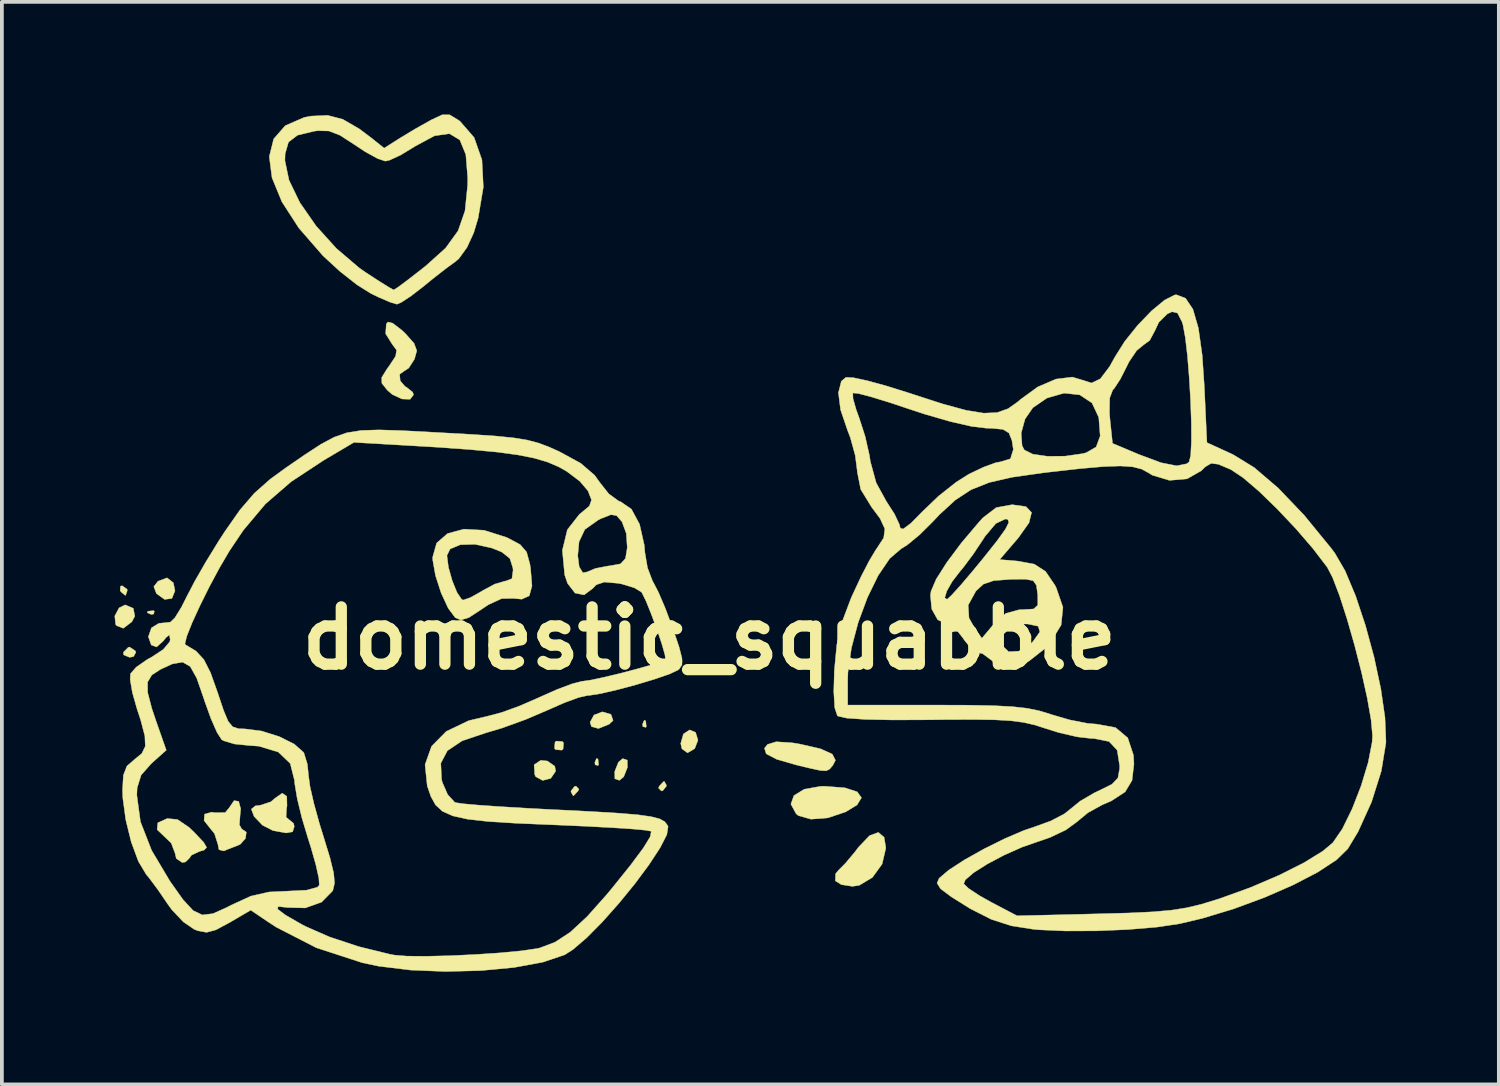
<source format=kicad_pcb>
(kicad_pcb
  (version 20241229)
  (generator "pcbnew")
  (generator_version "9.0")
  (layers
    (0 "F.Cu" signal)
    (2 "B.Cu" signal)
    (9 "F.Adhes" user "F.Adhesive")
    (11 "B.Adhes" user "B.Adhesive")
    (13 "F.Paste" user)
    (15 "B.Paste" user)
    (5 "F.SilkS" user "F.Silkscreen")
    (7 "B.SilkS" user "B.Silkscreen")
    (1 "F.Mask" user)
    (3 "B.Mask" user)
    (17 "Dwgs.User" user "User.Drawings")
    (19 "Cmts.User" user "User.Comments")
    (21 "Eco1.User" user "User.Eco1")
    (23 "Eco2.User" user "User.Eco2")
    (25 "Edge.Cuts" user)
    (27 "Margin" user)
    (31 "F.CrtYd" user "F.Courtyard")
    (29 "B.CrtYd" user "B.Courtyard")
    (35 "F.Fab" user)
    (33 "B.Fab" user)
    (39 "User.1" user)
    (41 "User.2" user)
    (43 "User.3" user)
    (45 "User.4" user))
  (footprint "domestic_squabble"
    (layer "F.Cu")
    (at 15.832 13.94)
    (property "Reference" "domestic_squabble" (at 0 0 0) (layer "F.SilkS") (effects (font (size 1.524 1.524) (thickness 0.3))))
    (attr through_hole)
    (fp_poly (pts (xy -14.774 -0.72) (xy -14.792 -0.644) (xy -14.859 -0.635) (xy -14.964 -0.681) (xy -14.944 -0.72) (xy -14.793 -0.735) (xy -14.774 -0.72)) (stroke (width 0.01) (type solid)) (fill yes) (layer "F.SilkS"))
    (fp_poly (pts (xy -2.963 3.217) (xy -2.948 3.368) (xy -2.963 3.387) (xy -3.039 3.369) (xy -3.048 3.302) (xy -3.002 3.197) (xy -2.963 3.217)) (stroke (width 0.01) (type solid)) (fill yes) (layer "F.SilkS"))
    (fp_poly (pts (xy -1.693 2.201) (xy -1.678 2.352) (xy -1.693 2.371) (xy -1.769 2.353) (xy -1.778 2.286) (xy -1.732 2.181) (xy -1.693 2.201)) (stroke (width 0.01) (type solid)) (fill yes) (layer "F.SilkS"))
    (fp_poly (pts (xy -15.499 -1.305) (xy -15.494 -1.27) (xy -15.537 -1.146) (xy -15.55 -1.143) (xy -15.658 -1.232) (xy -15.684 -1.27) (xy -15.674 -1.387) (xy -15.628 -1.397) (xy -15.499 -1.305)) (stroke (width 0.01) (type solid)) (fill yes) (layer "F.SilkS"))
    (fp_poly (pts (xy -15.282 0.334) (xy -15.264 0.371) (xy -15.326 0.487) (xy -15.431 0.508) (xy -15.589 0.444) (xy -15.597 0.371) (xy -15.466 0.24) (xy -15.431 0.235) (xy -15.282 0.334)) (stroke (width 0.01) (type solid)) (fill yes) (layer "F.SilkS"))
    (fp_poly (pts (xy -14.268 -1.479) (xy -14.224 -1.263) (xy -14.307 -1.059) (xy -14.501 -1.034) (xy -14.718 -1.19) (xy -14.788 -1.376) (xy -14.676 -1.518) (xy -14.436 -1.609) (xy -14.268 -1.479)) (stroke (width 0.01) (type solid)) (fill yes) (layer "F.SilkS"))
    (fp_poly (pts (xy -3.909 2.75) (xy -3.88 2.783) (xy -3.893 2.949) (xy -3.926 2.978) (xy -4.092 2.965) (xy -4.121 2.932) (xy -4.108 2.766) (xy -4.075 2.737) (xy -3.909 2.75)) (stroke (width 0.01) (type solid)) (fill yes) (layer "F.SilkS"))
    (fp_poly (pts (xy -3.473 4.015) (xy -3.493 4.064) (xy -3.607 4.185) (xy -3.627 4.191) (xy -3.682 4.093) (xy -3.683 4.064) (xy -3.585 3.942) (xy -3.549 3.937) (xy -3.473 4.015)) (stroke (width 0.01) (type solid)) (fill yes) (layer "F.SilkS"))
    (fp_poly (pts (xy -2.184 3.244) (xy -2.18 3.437) (xy -2.279 3.687) (xy -2.392 3.782) (xy -2.515 3.741) (xy -2.519 3.548) (xy -2.42 3.298) (xy -2.307 3.203) (xy -2.184 3.244)) (stroke (width 0.01) (type solid)) (fill yes) (layer "F.SilkS"))
    (fp_poly (pts (xy -1.144 3.908) (xy -1.143 3.937) (xy -1.241 4.059) (xy -1.277 4.064) (xy -1.353 3.986) (xy -1.333 3.937) (xy -1.219 3.816) (xy -1.199 3.81) (xy -1.144 3.908)) (stroke (width 0.01) (type solid)) (fill yes) (layer "F.SilkS"))
    (fp_poly (pts (xy -15.334 -0.798) (xy -15.293 -0.588) (xy -15.372 -0.439) (xy -15.598 -0.266) (xy -15.78 -0.335) (xy -15.804 -0.37) (xy -15.827 -0.593) (xy -15.712 -0.809) (xy -15.551 -0.889) (xy -15.334 -0.798)) (stroke (width 0.01) (type solid)) (fill yes) (layer "F.SilkS"))
    (fp_poly (pts (xy -4.312 3.267) (xy -4.114 3.405) (xy -4.091 3.539) (xy -4.221 3.729) (xy -4.437 3.785) (xy -4.62 3.686) (xy -4.647 3.635) (xy -4.665 3.367) (xy -4.49 3.25) (xy -4.312 3.267)) (stroke (width 0.01) (type solid)) (fill yes) (layer "F.SilkS"))
    (fp_poly (pts (xy -2.627 2.022) (xy -2.615 2.033) (xy -2.562 2.189) (xy -2.668 2.289) (xy -2.953 2.403) (xy -3.138 2.351) (xy -3.175 2.236) (xy -3.072 2.044) (xy -2.848 1.958) (xy -2.627 2.022)) (stroke (width 0.01) (type solid)) (fill yes) (layer "F.SilkS"))
    (fp_poly (pts (xy -0.366 2.504) (xy -0.302 2.713) (xy -0.39 2.938) (xy -0.577 3.048) (xy -0.585 3.048) (xy -0.73 2.943) (xy -0.762 2.801) (xy -0.69 2.547) (xy -0.525 2.439) (xy -0.366 2.504)) (stroke (width 0.01) (type solid)) (fill yes) (layer "F.SilkS"))
    (fp_poly (pts (xy 3.606 3.98) (xy 3.936 4.087) (xy 4.05 4.244) (xy 3.933 4.436) (xy 3.632 4.621) (xy 3.152 4.782) (xy 2.704 4.816) (xy 2.37 4.721) (xy 2.311 4.674) (xy 2.17 4.415) (xy 2.251 4.187) (xy 2.525 4.019) (xy 2.962 3.941) (xy 3.071 3.939) (xy 3.606 3.98)) (stroke (width 0.01) (type solid)) (fill yes) (layer "F.SilkS"))
    (fp_poly (pts (xy 4.653 5.298) (xy 4.699 5.584) (xy 4.599 6.011) (xy 4.341 6.367) (xy 3.99 6.577) (xy 3.808 6.604) (xy 3.514 6.558) (xy 3.354 6.458) (xy 3.361 6.268) (xy 3.441 6.172) (xy 3.624 5.988) (xy 3.873 5.69) (xy 3.971 5.561) (xy 4.264 5.254) (xy 4.5 5.167) (xy 4.653 5.298)) (stroke (width 0.01) (type solid)) (fill yes) (layer "F.SilkS"))
    (fp_poly (pts (xy 2.195 2.781) (xy 2.413 2.817) (xy 2.962 2.943) (xy 3.272 3.083) (xy 3.357 3.247) (xy 3.288 3.382) (xy 3.203 3.482) (xy 3.114 3.528) (xy 2.956 3.52) (xy 2.665 3.457) (xy 2.308 3.371) (xy 1.791 3.221) (xy 1.514 3.076) (xy 1.467 2.927) (xy 1.55 2.825) (xy 1.778 2.755) (xy 2.195 2.781)) (stroke (width 0.01) (type solid)) (fill yes) (layer "F.SilkS"))
    (fp_poly (pts (xy -14.157 4.825) (xy -13.852 5.032) (xy -13.708 5.17) (xy -13.462 5.43) (xy -13.381 5.568) (xy -13.447 5.637) (xy -13.566 5.672) (xy -13.784 5.772) (xy -13.843 5.857) (xy -13.946 5.956) (xy -14.034 5.969) (xy -14.189 5.863) (xy -14.224 5.716) (xy -14.324 5.453) (xy -14.478 5.305) (xy -14.7 5.094) (xy -14.682 4.912) (xy -14.43 4.798) (xy -14.157 4.825)) (stroke (width 0.01) (type solid)) (fill yes) (layer "F.SilkS"))
    (fp_poly (pts (xy -11.248 4.207) (xy -11.242 4.466) (xy -11.253 4.516) (xy -11.267 4.76) (xy -11.19 4.826) (xy -11.065 4.929) (xy -11.049 5.016) (xy -11.093 5.152) (xy -11.264 5.183) (xy -11.618 5.119) (xy -11.62 5.118) (xy -11.896 4.976) (xy -12.119 4.742) (xy -12.192 4.548) (xy -12.086 4.462) (xy -11.954 4.445) (xy -11.672 4.353) (xy -11.558 4.256) (xy -11.369 4.124) (xy -11.248 4.207)) (stroke (width 0.01) (type solid)) (fill yes) (layer "F.SilkS"))
    (fp_poly (pts (xy -12.528 4.341) (xy -12.474 4.54) (xy -12.49 4.699) (xy -12.509 4.968) (xy -12.445 5.08) (xy -12.443 5.08) (xy -12.325 5.16) (xy -12.347 5.329) (xy -12.485 5.483) (xy -12.541 5.51) (xy -12.821 5.618) (xy -12.922 5.662) (xy -13.053 5.629) (xy -13.081 5.487) (xy -13.173 5.198) (xy -13.271 5.08) (xy -13.45 4.853) (xy -13.436 4.681) (xy -13.244 4.628) (xy -13.162 4.643) (xy -12.888 4.64) (xy -12.785 4.518) (xy -12.651 4.322) (xy -12.528 4.341)) (stroke (width 0.01) (type solid)) (fill yes) (layer "F.SilkS"))
    (fp_poly (pts (xy -8.429 -8.387) (xy -8.2 -8.213) (xy -8.095 -8.115) (xy -7.859 -7.85) (xy -7.787 -7.654) (xy -7.848 -7.435) (xy -7.854 -7.422) (xy -8.002 -7.192) (xy -8.125 -7.112) (xy -8.244 -7.028) (xy -8.229 -6.853) (xy -8.098 -6.701) (xy -8.065 -6.685) (xy -7.896 -6.551) (xy -7.874 -6.481) (xy -7.965 -6.362) (xy -8.181 -6.369) (xy -8.437 -6.487) (xy -8.575 -6.607) (xy -8.717 -6.788) (xy -8.722 -6.941) (xy -8.582 -7.167) (xy -8.525 -7.245) (xy -8.35 -7.509) (xy -8.326 -7.671) (xy -8.439 -7.823) (xy -8.616 -8.105) (xy -8.6 -8.362) (xy -8.557 -8.419) (xy -8.429 -8.387)) (stroke (width 0.01) (type solid)) (fill yes) (layer "F.SilkS"))
    (fp_poly (pts (xy -5.997 -2.875) (xy -5.401 -2.686) (xy -5.375 -2.675) (xy -5.038 -2.496) (xy -4.864 -2.296) (xy -4.776 -1.971) (xy -4.759 -1.861) (xy -4.721 -1.393) (xy -4.793 -1.13) (xy -4.993 -1.04) (xy -5.211 -1.061) (xy -5.528 -1.056) (xy -5.885 -0.892) (xy -6.072 -0.765) (xy -6.404 -0.549) (xy -6.616 -0.486) (xy -6.764 -0.548) (xy -6.952 -0.801) (xy -7.14 -1.207) (xy -7.289 -1.667) (xy -7.363 -2.082) (xy -7.366 -2.154) (xy -7.352 -2.203) (xy -6.985 -2.203) (xy -6.945 -1.891) (xy -6.845 -1.535) (xy -6.718 -1.221) (xy -6.594 -1.036) (xy -6.552 -1.017) (xy -6.361 -1.083) (xy -6.074 -1.243) (xy -6.032 -1.27) (xy -5.712 -1.442) (xy -5.44 -1.522) (xy -5.421 -1.523) (xy -5.255 -1.586) (xy -5.224 -1.813) (xy -5.23 -1.873) (xy -5.31 -2.124) (xy -5.523 -2.294) (xy -5.787 -2.401) (xy -6.238 -2.501) (xy -6.63 -2.49) (xy -6.899 -2.377) (xy -6.985 -2.203) (xy -7.352 -2.203) (xy -7.26 -2.534) (xy -6.968 -2.788) (xy -6.534 -2.905) (xy -5.997 -2.875)) (stroke (width 0.01) (type solid)) (fill yes) (layer "F.SilkS"))
    (fp_poly (pts (xy -6.684 -13.796) (xy -6.635 -13.76) (xy -6.261 -13.329) (xy -6.053 -12.735) (xy -6.016 -12.01) (xy -6.154 -11.185) (xy -6.272 -10.792) (xy -6.45 -10.406) (xy -6.668 -10.104) (xy -6.75 -10.033) (xy -7.007 -9.846) (xy -7.363 -9.568) (xy -7.61 -9.366) (xy -7.942 -9.11) (xy -8.204 -8.938) (xy -8.316 -8.892) (xy -8.498 -8.946) (xy -8.815 -9.083) (xy -9.011 -9.178) (xy -9.384 -9.413) (xy -9.832 -9.765) (xy -10.263 -10.161) (xy -10.292 -10.19) (xy -10.928 -10.921) (xy -11.378 -11.617) (xy -11.641 -12.257) (xy -11.701 -12.716) (xy -11.298 -12.716) (xy -11.189 -12.195) (xy -10.9 -11.597) (xy -10.467 -10.974) (xy -9.929 -10.378) (xy -9.323 -9.861) (xy -9.144 -9.736) (xy -8.783 -9.501) (xy -8.514 -9.334) (xy -8.4 -9.272) (xy -8.287 -9.345) (xy -8.025 -9.54) (xy -7.666 -9.819) (xy -7.545 -9.915) (xy -7.021 -10.386) (xy -6.687 -10.848) (xy -6.504 -11.378) (xy -6.435 -12.055) (xy -6.432 -12.255) (xy -6.482 -12.875) (xy -6.643 -13.266) (xy -6.92 -13.432) (xy -7.316 -13.375) (xy -7.835 -13.096) (xy -7.861 -13.079) (xy -8.216 -12.863) (xy -8.512 -12.726) (xy -8.624 -12.7) (xy -8.833 -12.77) (xy -9.161 -12.951) (xy -9.439 -13.135) (xy -9.829 -13.388) (xy -10.125 -13.503) (xy -10.42 -13.511) (xy -10.518 -13.498) (xy -10.961 -13.391) (xy -11.202 -13.208) (xy -11.292 -12.898) (xy -11.298 -12.716) (xy -11.701 -12.716) (xy -11.714 -12.822) (xy -11.597 -13.292) (xy -11.288 -13.646) (xy -10.784 -13.865) (xy -10.601 -13.9) (xy -10.161 -13.92) (xy -9.758 -13.815) (xy -9.315 -13.558) (xy -8.995 -13.317) (xy -8.656 -13.046) (xy -8.233 -13.315) (xy -7.825 -13.561) (xy -7.415 -13.791) (xy -7.397 -13.801) (xy -7.109 -13.935) (xy -6.914 -13.935) (xy -6.684 -13.796)) (stroke (width 0.01) (type solid)) (fill yes) (layer "F.SilkS"))
    (fp_poly (pts (xy 8.429 -3.505) (xy 8.578 -3.347) (xy 8.509 -3.073) (xy 8.225 -2.673) (xy 8.195 -2.638) (xy 7.729 -2.095) (xy 8.213 -2.054) (xy 8.65 -1.973) (xy 8.949 -1.78) (xy 9.2 -1.411) (xy 9.234 -1.345) (xy 9.413 -0.824) (xy 9.365 -0.353) (xy 9.08 0.114) (xy 8.936 0.272) (xy 8.503 0.612) (xy 8.075 0.767) (xy 7.702 0.728) (xy 7.493 0.572) (xy 7.274 0.41) (xy 7.154 0.381) (xy 6.974 0.28) (xy 6.881 0.165) (xy 7.784 0.165) (xy 7.792 0.189) (xy 7.966 0.358) (xy 8.239 0.343) (xy 8.547 0.153) (xy 8.615 0.086) (xy 8.798 -0.17) (xy 8.755 -0.32) (xy 8.478 -0.379) (xy 8.376 -0.381) (xy 8.034 -0.3) (xy 7.816 -0.098) (xy 7.784 0.165) (xy 6.881 0.165) (xy 6.776 0.033) (xy 6.757 0.001) (xy 6.551 -0.258) (xy 6.341 -0.379) (xy 6.323 -0.38) (xy 6.079 -0.493) (xy 5.921 -0.775) (xy 5.91 -0.881) (xy 6.89 -0.881) (xy 6.912 -0.54) (xy 7.056 -0.282) (xy 7.254 0.001) (xy 7.575 -0.38) (xy 7.89 -0.662) (xy 8.248 -0.76) (xy 8.338 -0.762) (xy 8.632 -0.78) (xy 8.743 -0.882) (xy 8.742 -1.142) (xy 8.739 -1.175) (xy 8.706 -1.412) (xy 8.621 -1.532) (xy 8.417 -1.573) (xy 8.028 -1.569) (xy 8.011 -1.568) (xy 7.57 -1.534) (xy 7.295 -1.441) (xy 7.1 -1.26) (xy 7.093 -1.251) (xy 6.89 -0.881) (xy 5.91 -0.881) (xy 5.892 -1.074) (xy 6.266 -1.074) (xy 6.33 -1.037) (xy 6.45 -1.148) (xy 6.691 -1.414) (xy 7.013 -1.793) (xy 7.288 -2.127) (xy 7.662 -2.598) (xy 7.885 -2.909) (xy 7.973 -3.087) (xy 7.944 -3.165) (xy 7.88 -3.175) (xy 7.626 -3.055) (xy 7.337 -2.711) (xy 7.289 -2.635) (xy 7.026 -2.24) (xy 6.758 -1.882) (xy 6.671 -1.778) (xy 6.464 -1.509) (xy 6.319 -1.253) (xy 6.266 -1.074) (xy 5.892 -1.074) (xy 5.885 -1.146) (xy 5.902 -1.254) (xy 6.038 -1.572) (xy 6.32 -2.017) (xy 6.71 -2.539) (xy 7.174 -3.088) (xy 7.282 -3.207) (xy 7.637 -3.479) (xy 8.06 -3.556) (xy 8.429 -3.505)) (stroke (width 0.01) (type solid)) (fill yes) (layer "F.SilkS"))
    (fp_poly (pts (xy 12.678 -9.05) (xy 12.872 -8.76) (xy 13.018 -8.259) (xy 13.12 -7.532) (xy 13.176 -6.704) (xy 13.245 -5.209) (xy 13.943 -4.889) (xy 14.505 -4.544) (xy 15.145 -3.996) (xy 15.835 -3.274) (xy 16.546 -2.404) (xy 16.649 -2.268) (xy 16.925 -1.793) (xy 17.203 -1.129) (xy 17.465 -0.342) (xy 17.695 0.503) (xy 17.874 1.342) (xy 17.985 2.11) (xy 18.011 2.741) (xy 18.009 2.791) (xy 17.887 3.536) (xy 17.628 4.358) (xy 17.27 5.148) (xy 16.996 5.604) (xy 16.695 5.899) (xy 16.193 6.228) (xy 15.537 6.569) (xy 14.776 6.901) (xy 13.955 7.204) (xy 13.123 7.456) (xy 12.509 7.601) (xy 11.905 7.69) (xy 11.138 7.754) (xy 10.299 7.789) (xy 9.479 7.792) (xy 8.767 7.76) (xy 8.636 7.748) (xy 8.04 7.655) (xy 7.507 7.483) (xy 6.946 7.199) (xy 6.444 6.885) (xy 6.156 6.67) (xy 6.061 6.518) (xy 6.116 6.389) (xy 6.369 6.173) (xy 6.789 5.9) (xy 7.308 5.609) (xy 7.858 5.336) (xy 8.368 5.117) (xy 8.652 5.021) (xy 9.089 4.863) (xy 9.452 4.673) (xy 9.605 4.551) (xy 9.871 4.335) (xy 10.249 4.114) (xy 10.382 4.052) (xy 10.718 3.885) (xy 10.876 3.718) (xy 10.921 3.472) (xy 10.922 3.395) (xy 10.857 2.98) (xy 10.64 2.748) (xy 10.235 2.668) (xy 10.162 2.667) (xy 9.789 2.624) (xy 9.306 2.512) (xy 8.959 2.404) (xy 8.664 2.309) (xy 8.37 2.241) (xy 8.03 2.196) (xy 7.598 2.171) (xy 7.026 2.163) (xy 6.267 2.166) (xy 5.879 2.171) (xy 4.887 2.175) (xy 4.146 2.16) (xy 3.658 2.126) (xy 3.423 2.072) (xy 3.408 2.062) (xy 3.338 1.85) (xy 3.312 1.417) (xy 3.321 1.103) (xy 3.683 1.103) (xy 3.683 1.778) (xy 6.036 1.778) (xy 6.905 1.781) (xy 7.567 1.794) (xy 8.067 1.82) (xy 8.453 1.863) (xy 8.77 1.927) (xy 9.065 2.016) (xy 9.111 2.032) (xy 9.598 2.174) (xy 10.072 2.266) (xy 10.314 2.286) (xy 10.813 2.377) (xy 11.138 2.651) (xy 11.29 3.111) (xy 11.303 3.346) (xy 11.252 3.783) (xy 11.068 4.09) (xy 10.702 4.329) (xy 10.458 4.434) (xy 10.077 4.645) (xy 9.773 4.896) (xy 9.49 5.102) (xy 9.07 5.302) (xy 8.776 5.403) (xy 8.322 5.561) (xy 7.844 5.774) (xy 7.397 6.011) (xy 7.035 6.24) (xy 6.813 6.432) (xy 6.772 6.535) (xy 6.9 6.659) (xy 7.188 6.849) (xy 7.503 7.026) (xy 8.191 7.387) (xy 10.351 7.335) (xy 11.176 7.312) (xy 11.806 7.282) (xy 12.296 7.239) (xy 12.706 7.174) (xy 13.091 7.082) (xy 13.51 6.954) (xy 13.589 6.929) (xy 14.402 6.635) (xy 15.164 6.309) (xy 15.825 5.977) (xy 16.334 5.663) (xy 16.597 5.442) (xy 16.85 5.074) (xy 17.112 4.539) (xy 17.352 3.921) (xy 17.539 3.303) (xy 17.642 2.769) (xy 17.653 2.59) (xy 17.615 2.172) (xy 17.513 1.593) (xy 17.362 0.914) (xy 17.178 0.194) (xy 16.977 -0.508) (xy 16.776 -1.132) (xy 16.59 -1.618) (xy 16.45 -1.887) (xy 16.071 -2.384) (xy 15.611 -2.918) (xy 15.115 -3.443) (xy 14.632 -3.912) (xy 14.206 -4.276) (xy 13.886 -4.489) (xy 13.871 -4.496) (xy 13.549 -4.632) (xy 13.359 -4.656) (xy 13.204 -4.565) (xy 13.094 -4.458) (xy 12.716 -4.243) (xy 12.248 -4.203) (xy 11.791 -4.341) (xy 11.694 -4.401) (xy 11.51 -4.502) (xy 11.272 -4.563) (xy 10.944 -4.586) (xy 10.487 -4.57) (xy 9.862 -4.515) (xy 9.031 -4.421) (xy 8.866 -4.401) (xy 8.063 -4.287) (xy 7.451 -4.147) (xy 6.967 -3.954) (xy 6.547 -3.679) (xy 6.128 -3.294) (xy 5.935 -3.09) (xy 5.598 -2.756) (xy 5.272 -2.487) (xy 5.102 -2.38) (xy 4.802 -2.123) (xy 4.496 -1.673) (xy 4.209 -1.086) (xy 3.963 -0.423) (xy 3.782 0.26) (xy 3.69 0.904) (xy 3.683 1.103) (xy 3.321 1.103) (xy 3.327 0.866) (xy 3.393 0.172) (xy 3.526 -0.414) (xy 3.76 -1.037) (xy 3.806 -1.143) (xy 4.035 -1.634) (xy 4.259 -2.068) (xy 4.437 -2.364) (xy 4.462 -2.398) (xy 4.642 -2.675) (xy 4.672 -2.913) (xy 4.543 -3.191) (xy 4.318 -3.493) (xy 4.029 -3.964) (xy 3.937 -4.435) (xy 3.937 -4.452) (xy 3.884 -4.866) (xy 3.752 -5.345) (xy 3.683 -5.524) (xy 3.493 -6.083) (xy 3.437 -6.53) (xy 3.82 -6.53) (xy 3.824 -6.384) (xy 3.909 -6.084) (xy 3.988 -5.867) (xy 4.147 -5.375) (xy 4.263 -4.861) (xy 4.285 -4.71) (xy 4.441 -4.138) (xy 4.713 -3.643) (xy 4.93 -3.305) (xy 5.062 -3.024) (xy 5.082 -2.934) (xy 5.157 -2.907) (xy 5.366 -3.063) (xy 5.685 -3.385) (xy 6.102 -3.785) (xy 6.571 -4.156) (xy 6.909 -4.369) (xy 7.297 -4.554) (xy 7.625 -4.674) (xy 7.758 -4.699) (xy 8.015 -4.778) (xy 8.092 -5.025) (xy 8.055 -5.265) (xy 7.976 -5.462) (xy 8.301 -5.462) (xy 8.325 -5.125) (xy 8.386 -5.011) (xy 8.612 -4.9) (xy 9.001 -4.844) (xy 9.471 -4.848) (xy 9.938 -4.915) (xy 10.032 -4.939) (xy 10.296 -5.092) (xy 10.404 -5.384) (xy 10.368 -5.854) (xy 10.362 -5.887) (xy 10.315 -5.988) (xy 10.651 -5.988) (xy 10.664 -5.84) (xy 10.732 -5.189) (xy 11.43 -4.895) (xy 12.025 -4.673) (xy 12.441 -4.591) (xy 12.708 -4.645) (xy 12.77 -4.693) (xy 12.813 -4.865) (xy 12.832 -5.233) (xy 12.83 -5.739) (xy 12.81 -6.326) (xy 12.774 -6.938) (xy 12.727 -7.516) (xy 12.67 -8.004) (xy 12.607 -8.346) (xy 12.584 -8.419) (xy 12.463 -8.657) (xy 12.318 -8.692) (xy 12.195 -8.637) (xy 11.965 -8.411) (xy 11.863 -8.192) (xy 11.721 -7.927) (xy 11.562 -7.812) (xy 11.375 -7.659) (xy 11.172 -7.359) (xy 11.111 -7.235) (xy 10.938 -6.895) (xy 10.78 -6.653) (xy 10.739 -6.611) (xy 10.658 -6.398) (xy 10.651 -5.988) (xy 10.315 -5.988) (xy 10.185 -6.264) (xy 9.86 -6.479) (xy 9.443 -6.525) (xy 8.987 -6.394) (xy 8.612 -6.137) (xy 8.404 -5.836) (xy 8.301 -5.462) (xy 7.976 -5.462) (xy 7.975 -5.464) (xy 7.817 -5.56) (xy 7.504 -5.59) (xy 7.384 -5.591) (xy 6.983 -5.639) (xy 6.41 -5.77) (xy 5.73 -5.967) (xy 5.341 -6.095) (xy 4.775 -6.283) (xy 4.301 -6.428) (xy 3.966 -6.515) (xy 3.821 -6.53) (xy 3.82 -6.53) (xy 3.437 -6.53) (xy 3.436 -6.537) (xy 3.514 -6.844) (xy 3.637 -6.946) (xy 3.83 -6.937) (xy 4.211 -6.855) (xy 4.725 -6.714) (xy 5.322 -6.527) (xy 5.412 -6.497) (xy 6.221 -6.235) (xy 6.838 -6.068) (xy 7.304 -5.992) (xy 7.661 -6.008) (xy 7.952 -6.111) (xy 8.219 -6.3) (xy 8.279 -6.354) (xy 8.744 -6.692) (xy 9.227 -6.899) (xy 9.662 -6.953) (xy 9.927 -6.874) (xy 10.176 -6.795) (xy 10.408 -6.907) (xy 10.654 -7.231) (xy 10.795 -7.485) (xy 11.059 -7.905) (xy 11.402 -8.332) (xy 11.772 -8.716) (xy 12.118 -9.002) (xy 12.389 -9.139) (xy 12.432 -9.144) (xy 12.678 -9.05)) (stroke (width 0.01) (type solid)) (fill yes) (layer "F.SilkS"))
    (fp_poly (pts (xy -8.182 -5.528) (xy -7.378 -5.485) (xy -7.159 -5.473) (xy -6.318 -5.426) (xy -5.684 -5.383) (xy -5.209 -5.335) (xy -4.847 -5.276) (xy -4.551 -5.198) (xy -4.273 -5.094) (xy -3.988 -4.966) (xy -3.422 -4.657) (xy -3.054 -4.34) (xy -2.915 -4.146) (xy -2.675 -3.843) (xy -2.411 -3.651) (xy -2.36 -3.634) (xy -2.074 -3.438) (xy -1.858 -3.038) (xy -1.732 -2.481) (xy -1.716 -2.288) (xy -1.646 -1.877) (xy -1.513 -1.526) (xy -1.492 -1.49) (xy -1.355 -1.226) (xy -1.175 -0.805) (xy -0.989 -0.312) (xy -0.966 -0.246) (xy -0.804 0.235) (xy -0.728 0.535) (xy -0.729 0.71) (xy -0.801 0.818) (xy -0.834 0.846) (xy -1.055 0.95) (xy -1.448 1.086) (xy -1.936 1.233) (xy -2.443 1.369) (xy -2.892 1.473) (xy -3.207 1.523) (xy -3.247 1.524) (xy -3.48 1.577) (xy -3.859 1.716) (xy -4.303 1.911) (xy -4.318 1.918) (xy -4.889 2.162) (xy -5.521 2.391) (xy -5.958 2.521) (xy -6.581 2.731) (xy -6.972 2.992) (xy -7.148 3.326) (xy -7.128 3.753) (xy -7.108 3.834) (xy -6.965 4.161) (xy -6.782 4.361) (xy -6.748 4.376) (xy -6.554 4.405) (xy -6.149 4.441) (xy -5.578 4.481) (xy -4.883 4.523) (xy -4.108 4.564) (xy -4.051 4.566) (xy -3.126 4.613) (xy -2.422 4.655) (xy -1.908 4.698) (xy -1.552 4.748) (xy -1.322 4.807) (xy -1.187 4.882) (xy -1.114 4.978) (xy -1.098 5.015) (xy -1.132 5.23) (xy -1.313 5.582) (xy -1.608 6.031) (xy -1.983 6.536) (xy -2.407 7.055) (xy -2.844 7.547) (xy -3.263 7.971) (xy -3.63 8.286) (xy -3.852 8.427) (xy -4.434 8.623) (xy -5.2 8.764) (xy -6.085 8.847) (xy -7.024 8.871) (xy -7.951 8.833) (xy -8.804 8.729) (xy -9.237 8.638) (xy -10.463 8.238) (xy -11.532 7.689) (xy -11.751 7.546) (xy -12.207 7.237) (xy -12.774 7.569) (xy -13.134 7.762) (xy -13.382 7.829) (xy -13.615 7.786) (xy -13.71 7.749) (xy -14.002 7.55) (xy -14.309 7.225) (xy -14.422 7.069) (xy -14.675 6.698) (xy -14.913 6.379) (xy -14.99 6.287) (xy -15.199 5.938) (xy -15.389 5.423) (xy -15.535 4.829) (xy -15.614 4.244) (xy -15.616 4.173) (xy -15.24 4.173) (xy -15.144 4.882) (xy -14.846 5.646) (xy -14.357 6.468) (xy -14.011 6.956) (xy -13.742 7.248) (xy -13.495 7.365) (xy -13.213 7.33) (xy -12.841 7.163) (xy -12.72 7.1) (xy -12.205 6.864) (xy -11.723 6.754) (xy -11.235 6.731) (xy -10.719 6.705) (xy -10.434 6.627) (xy -10.383 6.572) (xy -10.394 6.387) (xy -10.475 6.026) (xy -10.609 5.555) (xy -10.68 5.334) (xy -10.845 4.784) (xy -10.971 4.265) (xy -11.037 3.868) (xy -11.043 3.781) (xy -11.156 3.334) (xy -11.474 3.029) (xy -11.991 2.873) (xy -12.266 2.853) (xy -12.646 2.814) (xy -12.933 2.727) (xy -12.983 2.696) (xy -13.104 2.509) (xy -13.263 2.149) (xy -13.43 1.687) (xy -13.461 1.592) (xy -13.645 1.062) (xy -13.818 0.752) (xy -14.021 0.635) (xy -14.297 0.684) (xy -14.611 0.829) (xy -14.841 0.979) (xy -14.953 1.167) (xy -14.951 1.446) (xy -14.84 1.871) (xy -14.721 2.224) (xy -14.456 2.979) (xy -14.848 3.329) (xy -15.125 3.641) (xy -15.231 3.981) (xy -15.24 4.173) (xy -15.616 4.173) (xy -15.621 4.044) (xy -15.598 3.644) (xy -15.503 3.402) (xy -15.303 3.227) (xy -15.107 3.067) (xy -15.015 2.878) (xy -15.026 2.601) (xy -15.137 2.178) (xy -15.238 1.87) (xy -15.358 1.447) (xy -15.417 1.103) (xy -15.409 0.944) (xy -15.257 0.77) (xy -14.963 0.565) (xy -14.843 0.5) (xy -14.536 0.297) (xy -14.405 0.143) (xy -13.959 0.143) (xy -13.948 0.17) (xy -13.664 0.341) (xy -13.455 0.567) (xy -13.279 0.913) (xy -13.091 1.44) (xy -12.93 1.922) (xy -12.808 2.211) (xy -12.688 2.356) (xy -12.532 2.407) (xy -12.359 2.413) (xy -11.916 2.47) (xy -11.449 2.617) (xy -11.049 2.817) (xy -10.804 3.034) (xy -10.791 3.055) (xy -10.7 3.352) (xy -10.668 3.666) (xy -10.629 3.951) (xy -10.526 4.401) (xy -10.376 4.942) (xy -10.279 5.255) (xy -10.098 5.846) (xy -10 6.25) (xy -9.977 6.519) (xy -10.019 6.703) (xy -10.033 6.73) (xy -10.323 7.025) (xy -10.757 7.179) (xy -11.23 7.167) (xy -11.478 7.14) (xy -11.494 7.208) (xy -11.282 7.369) (xy -10.845 7.62) (xy -10.749 7.67) (xy -10.109 7.951) (xy -9.327 8.209) (xy -8.513 8.409) (xy -8.382 8.434) (xy -8.051 8.461) (xy -7.537 8.465) (xy -6.906 8.45) (xy -6.228 8.418) (xy -5.57 8.374) (xy -5.001 8.32) (xy -4.59 8.26) (xy -4.516 8.244) (xy -4.11 8.091) (xy -3.702 7.824) (xy -3.252 7.408) (xy -2.722 6.812) (xy -2.596 6.66) (xy -2.093 6.034) (xy -1.756 5.581) (xy -1.576 5.288) (xy -1.546 5.144) (xy -1.552 5.137) (xy -1.696 5.11) (xy -2.054 5.077) (xy -2.587 5.042) (xy -3.256 5.006) (xy -4.02 4.972) (xy -4.168 4.966) (xy -5.133 4.925) (xy -5.876 4.879) (xy -6.431 4.817) (xy -6.829 4.729) (xy -7.104 4.606) (xy -7.288 4.437) (xy -7.413 4.211) (xy -7.509 3.933) (xy -7.568 3.366) (xy -7.395 2.876) (xy -7.004 2.48) (xy -6.408 2.194) (xy -5.867 2.065) (xy -5.518 1.972) (xy -5.042 1.798) (xy -4.541 1.58) (xy -4.512 1.566) (xy -4.052 1.362) (xy -3.651 1.212) (xy -3.388 1.144) (xy -3.367 1.143) (xy -3.15 1.112) (xy -2.781 1.033) (xy -2.331 0.924) (xy -1.874 0.803) (xy -1.48 0.69) (xy -1.223 0.603) (xy -1.166 0.573) (xy -1.182 0.44) (xy -1.267 0.144) (xy -1.397 -0.242) (xy -1.546 -0.644) (xy -1.686 -0.991) (xy -1.794 -1.209) (xy -1.807 -1.228) (xy -1.996 -1.343) (xy -2.328 -1.444) (xy -2.429 -1.463) (xy -2.795 -1.496) (xy -3.01 -1.424) (xy -3.097 -1.332) (xy -3.333 -1.154) (xy -3.574 -1.203) (xy -3.773 -1.459) (xy -3.851 -1.687) (xy -3.899 -2.198) (xy -3.503 -2.198) (xy -3.464 -1.902) (xy -3.368 -1.745) (xy -3.254 -1.765) (xy -3.036 -1.858) (xy -2.699 -1.923) (xy -2.666 -1.926) (xy -2.364 -1.981) (xy -2.232 -2.124) (xy -2.185 -2.413) (xy -2.211 -2.792) (xy -2.325 -3.099) (xy -2.332 -3.109) (xy -2.469 -3.265) (xy -2.617 -3.29) (xy -2.873 -3.19) (xy -2.954 -3.151) (xy -3.314 -2.896) (xy -3.468 -2.57) (xy -3.503 -2.198) (xy -3.899 -2.198) (xy -3.913 -2.34) (xy -3.779 -2.89) (xy -3.459 -3.299) (xy -3.43 -3.322) (xy -3.193 -3.52) (xy -3.136 -3.682) (xy -3.226 -3.912) (xy -3.234 -3.928) (xy -3.447 -4.179) (xy -3.797 -4.443) (xy -4.006 -4.561) (xy -4.304 -4.689) (xy -4.659 -4.794) (xy -5.104 -4.882) (xy -5.675 -4.958) (xy -6.408 -5.026) (xy -7.337 -5.091) (xy -8.065 -5.134) (xy -9.461 -5.214) (xy -10.272 -4.734) (xy -11.133 -4.167) (xy -11.82 -3.572) (xy -12.406 -2.874) (xy -12.775 -2.325) (xy -13.04 -1.873) (xy -13.31 -1.37) (xy -13.56 -0.866) (xy -13.768 -0.413) (xy -13.909 -0.059) (xy -13.959 0.143) (xy -14.405 0.143) (xy -14.365 0.095) (xy -14.351 0.037) (xy -14.372 -0.092) (xy -14.465 -0.018) (xy -14.533 0.071) (xy -14.713 0.232) (xy -14.855 0.18) (xy -14.933 -0.041) (xy -14.851 -0.277) (xy -14.655 -0.397) (xy -14.399 -0.423) (xy -14.348 -0.429) (xy -14.228 -0.544) (xy -14.054 -0.825) (xy -13.913 -1.104) (xy -13.703 -1.509) (xy -13.401 -2.035) (xy -13.058 -2.593) (xy -12.904 -2.831) (xy -12.493 -3.418) (xy -12.114 -3.859) (xy -11.689 -4.235) (xy -11.276 -4.536) (xy -10.752 -4.896) (xy -10.34 -5.164) (xy -9.989 -5.352) (xy -9.648 -5.471) (xy -9.267 -5.532) (xy -8.795 -5.547) (xy -8.182 -5.528)) (stroke (width 0.01) (type solid)) (fill yes) (layer "F.SilkS")))
  (gr_rect
    (start -3 -3)
    (end 36.848 25.817)
    (stroke (width 0.1) (type default))
    (fill no)
    (layer "Edge.Cuts")))
</source>
